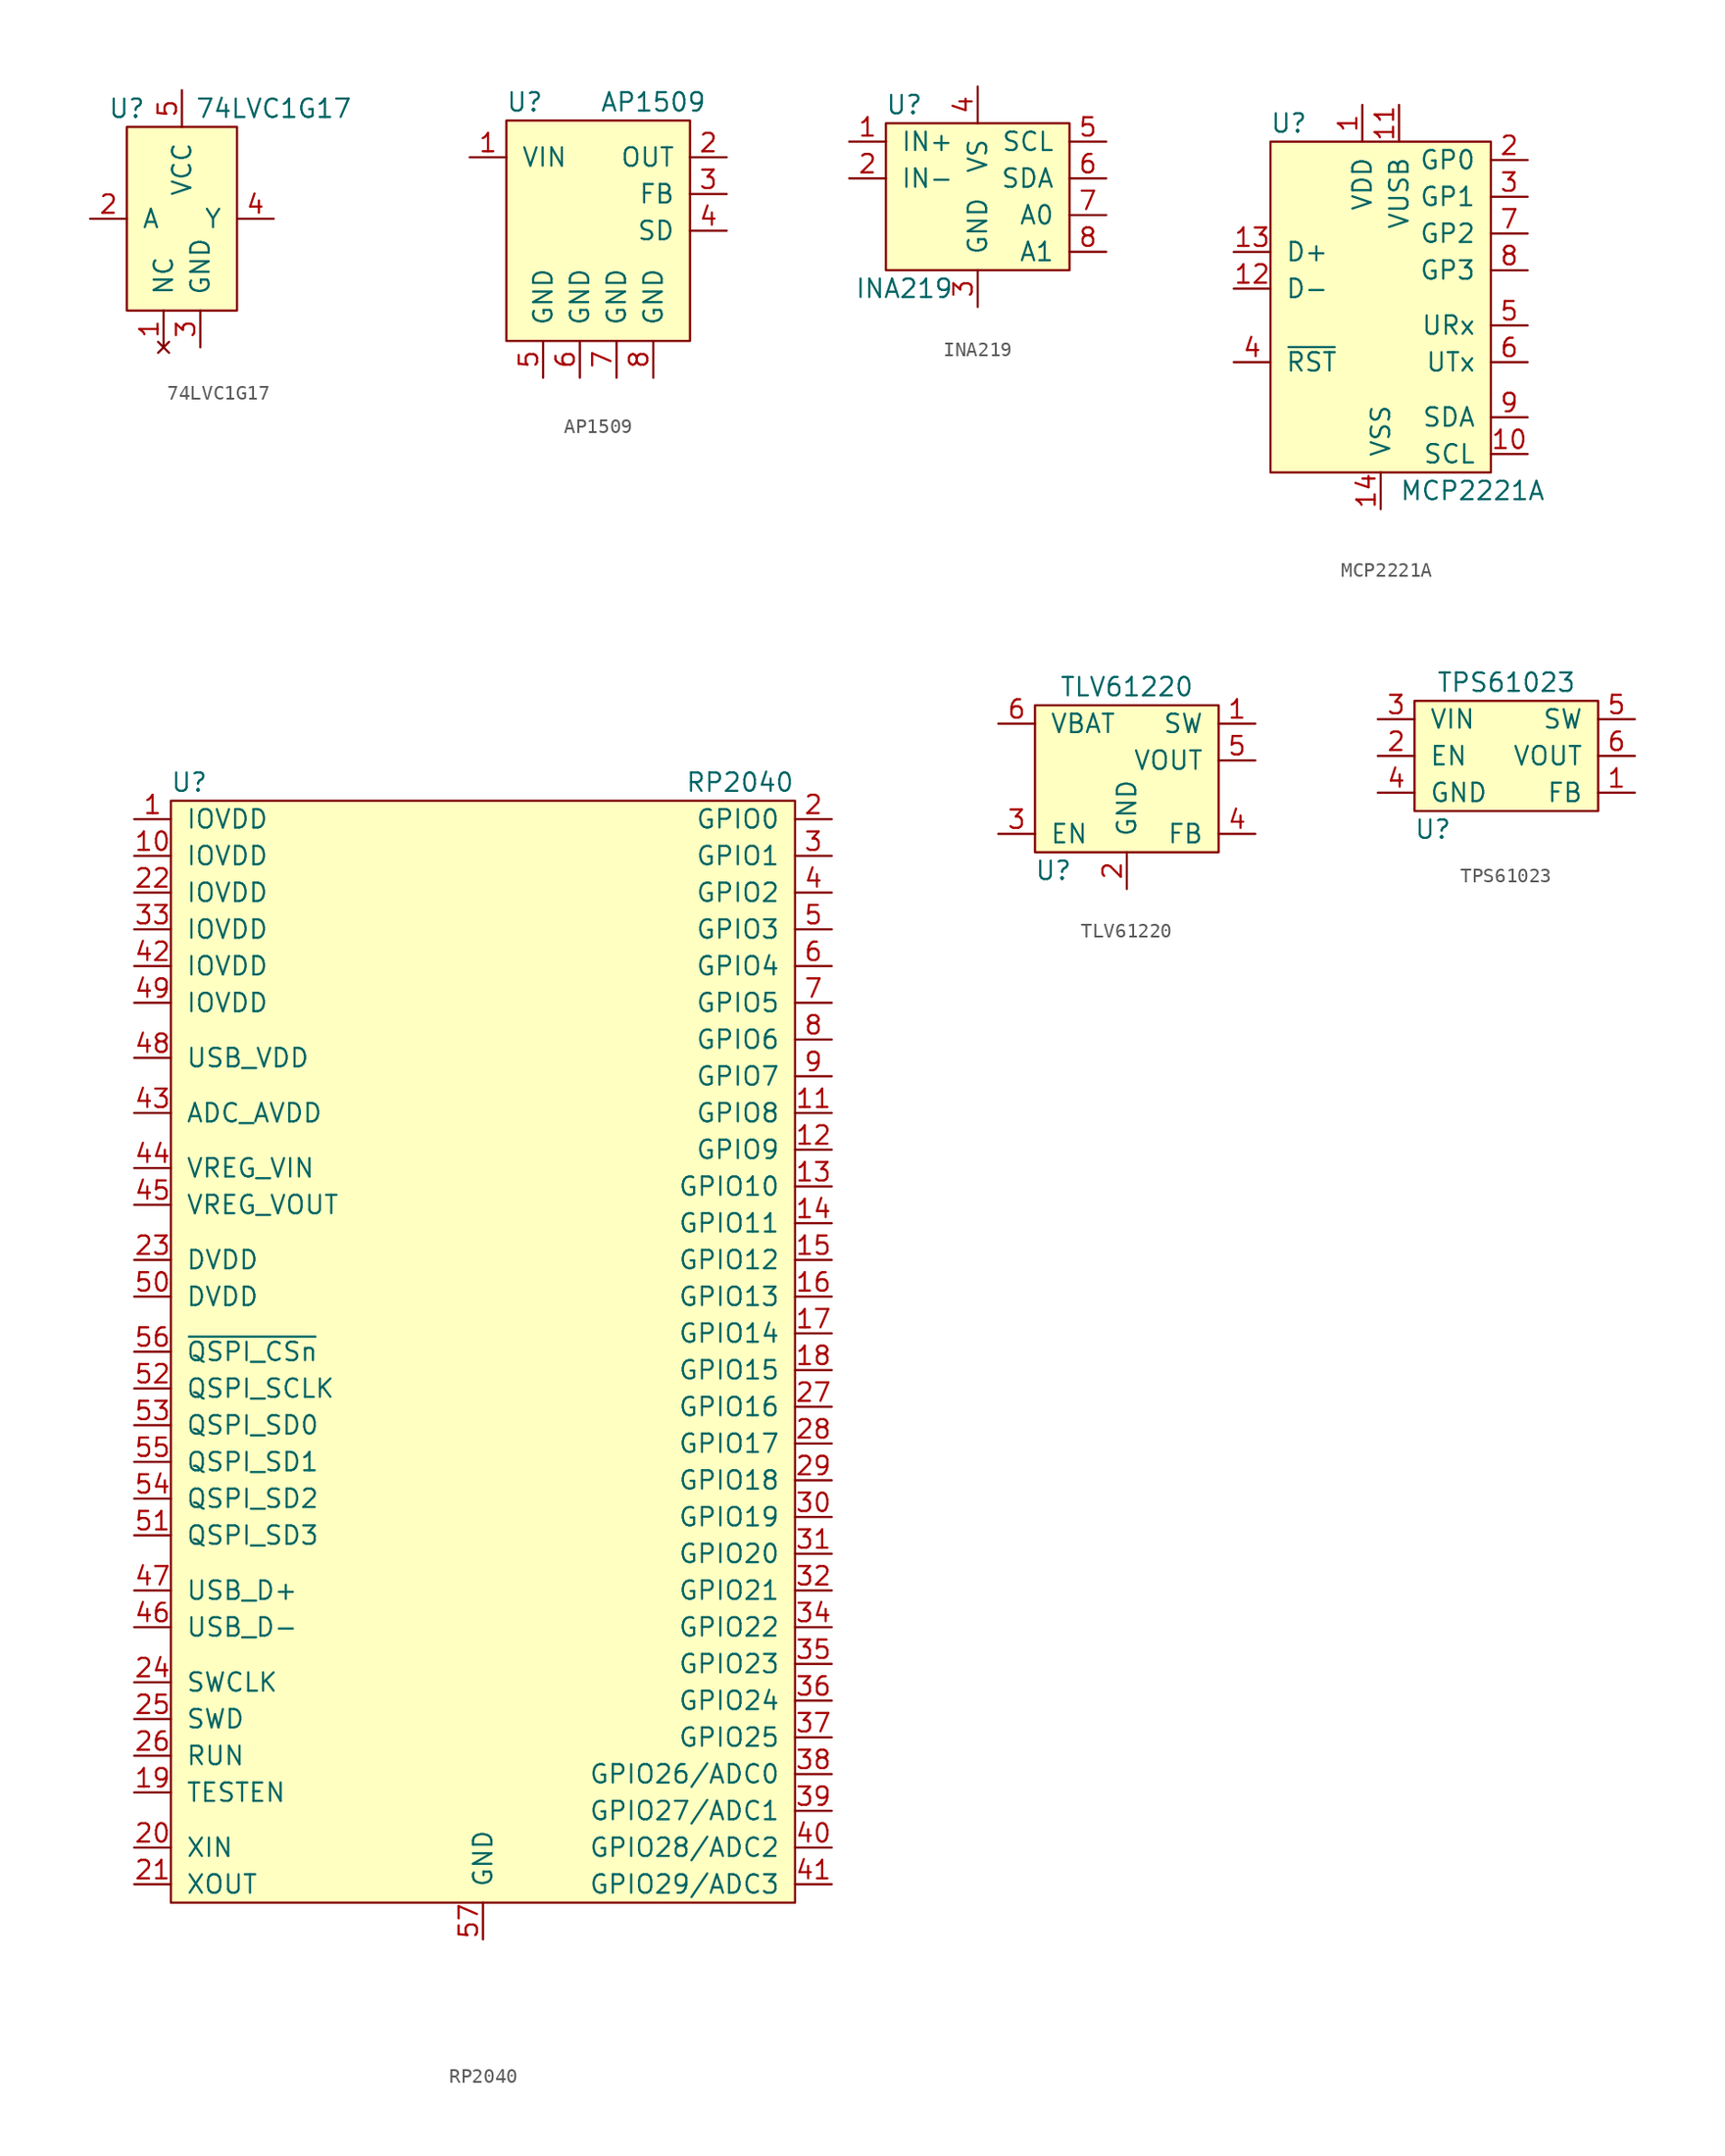
<source format=kicad_sym>
(kicad_symbol_lib
  (version 20231120)
  (generator "kicad_symbol_editor")
  (generator_version "8.0")
  (symbol "74LVC1G17"
    (pin_names
      (offset 1.016))
    (property "Reference" "U"
      (at -3.81 7.62 0)
      (effects (font (size 1.27 1.27))))
    (property "Value" "74LVC1G17"
      (at 6.35 7.62 0)
      (effects (font (size 1.27 1.27))))
    (symbol "74LVC1G17_0_1"
      (rectangle (start -3.81 6.35) (end 3.81 -6.35) (stroke (width 0) (type solid)) (fill (type background))))
    (symbol "74LVC1G17_1_1"
      (pin no_connect line (at -1.27 -8.89 90) (length 2.54) (name "NC" (effects (font (size 1.27 1.27)))) (number "1" (effects (font (size 1.27 1.27)))))
      (pin input line (at -6.35 0 0) (length 2.54) (name "A" (effects (font (size 1.27 1.27)))) (number "2" (effects (font (size 1.27 1.27)))))
      (pin power_in line (at 1.27 -8.89 90) (length 2.54) (name "GND" (effects (font (size 1.27 1.27)))) (number "3" (effects (font (size 1.27 1.27)))))
      (pin output line (at 6.35 0 180) (length 2.54) (name "Y" (effects (font (size 1.27 1.27)))) (number "4" (effects (font (size 1.27 1.27)))))
      (pin power_in line (at 0 8.89 270) (length 2.54) (name "VCC" (effects (font (size 1.27 1.27)))) (number "5" (effects (font (size 1.27 1.27)))))))
  (symbol "AP1509"
    (pin_names
      (offset 1.016))
    (property "Reference" "U"
      (at -5.08 6.35 0)
      (effects (font (size 1.27 1.27))))
    (property "Value" "AP1509"
      (at 3.81 6.35 0)
      (effects (font (size 1.27 1.27))))
    (symbol "AP1509_0_1"
      (rectangle (start -6.35 5.08) (end 6.35 -10.16) (stroke (width 0) (type solid)) (fill (type background))))
    (symbol "AP1509_1_1"
      (pin power_in line (at -8.89 2.54 0) (length 2.54) (name "VIN" (effects (font (size 1.27 1.27)))) (number "1" (effects (font (size 1.27 1.27)))))
      (pin power_out line (at 8.89 2.54 180) (length 2.54) (name "OUT" (effects (font (size 1.27 1.27)))) (number "2" (effects (font (size 1.27 1.27)))))
      (pin input line (at 8.89 0 180) (length 2.54) (name "FB" (effects (font (size 1.27 1.27)))) (number "3" (effects (font (size 1.27 1.27)))))
      (pin input line (at 8.89 -2.54 180) (length 2.54) (name "SD" (effects (font (size 1.27 1.27)))) (number "4" (effects (font (size 1.27 1.27)))))
      (pin power_in line (at -3.81 -12.7 90) (length 2.54) (name "GND" (effects (font (size 1.27 1.27)))) (number "5" (effects (font (size 1.27 1.27)))))
      (pin power_in line (at -1.27 -12.7 90) (length 2.54) (name "GND" (effects (font (size 1.27 1.27)))) (number "6" (effects (font (size 1.27 1.27)))))
      (pin power_in line (at 1.27 -12.7 90) (length 2.54) (name "GND" (effects (font (size 1.27 1.27)))) (number "7" (effects (font (size 1.27 1.27)))))
      (pin power_in line (at 3.81 -12.7 90) (length 2.54) (name "GND" (effects (font (size 1.27 1.27)))) (number "8" (effects (font (size 1.27 1.27)))))))
  (symbol "INA219"
    (pin_names
      (offset 1.016))
    (property "Reference" "U"
      (at -5.08 6.35 0)
      (effects (font (size 1.27 1.27))))
    (property "Value" "INA219"
      (at -5.08 -6.35 0)
      (effects (font (size 1.27 1.27))))
    (symbol "INA219_0_1"
      (rectangle (start -6.35 5.08) (end 6.35 -5.08) (stroke (width 0) (type solid)) (fill (type background))))
    (symbol "INA219_1_1"
      (pin input line (at -8.89 3.81 0) (length 2.54) (name "IN+" (effects (font (size 1.27 1.27)))) (number "1" (effects (font (size 1.27 1.27)))))
      (pin input line (at -8.89 1.27 0) (length 2.54) (name "IN-" (effects (font (size 1.27 1.27)))) (number "2" (effects (font (size 1.27 1.27)))))
      (pin power_in line (at 0 -7.62 90) (length 2.54) (name "GND" (effects (font (size 1.27 1.27)))) (number "3" (effects (font (size 1.27 1.27)))))
      (pin power_in line (at 0 7.62 270) (length 2.54) (name "VS" (effects (font (size 1.27 1.27)))) (number "4" (effects (font (size 1.27 1.27)))))
      (pin input line (at 8.89 3.81 180) (length 2.54) (name "SCL" (effects (font (size 1.27 1.27)))) (number "5" (effects (font (size 1.27 1.27)))))
      (pin bidirectional line (at 8.89 1.27 180) (length 2.54) (name "SDA" (effects (font (size 1.27 1.27)))) (number "6" (effects (font (size 1.27 1.27)))))
      (pin input line (at 8.89 -1.27 180) (length 2.54) (name "A0" (effects (font (size 1.27 1.27)))) (number "7" (effects (font (size 1.27 1.27)))))
      (pin input line (at 8.89 -3.81 180) (length 2.54) (name "A1" (effects (font (size 1.27 1.27)))) (number "8" (effects (font (size 1.27 1.27)))))))
  (symbol "MCP2221A"
    (pin_names
      (offset 1.016))
    (property "Reference" "U"
      (at -6.35 6.35 0)
      (effects (font (size 1.27 1.27))))
    (property "Value" "MCP2221A"
      (at 6.35 -19.05 0)
      (effects (font (size 1.27 1.27))))
    (symbol "MCP2221A_0_1"
      (rectangle (start -7.62 5.08) (end 7.62 -17.78) (stroke (width 0) (type solid)) (fill (type background))))
    (symbol "MCP2221A_1_1"
      (pin power_in line (at -1.27 7.62 270) (length 2.54) (name "VDD" (effects (font (size 1.27 1.27)))) (number "1" (effects (font (size 1.27 1.27)))))
      (pin bidirectional line (at 10.16 -16.51 180) (length 2.54) (name "SCL" (effects (font (size 1.27 1.27)))) (number "10" (effects (font (size 1.27 1.27)))))
      (pin power_in line (at 1.27 7.62 270) (length 2.54) (name "VUSB" (effects (font (size 1.27 1.27)))) (number "11" (effects (font (size 1.27 1.27)))))
      (pin bidirectional line (at -10.16 -5.08 0) (length 2.54) (name "D-" (effects (font (size 1.27 1.27)))) (number "12" (effects (font (size 1.27 1.27)))))
      (pin bidirectional line (at -10.16 -2.54 0) (length 2.54) (name "D+" (effects (font (size 1.27 1.27)))) (number "13" (effects (font (size 1.27 1.27)))))
      (pin power_in line (at 0 -20.32 90) (length 2.54) (name "VSS" (effects (font (size 1.27 1.27)))) (number "14" (effects (font (size 1.27 1.27)))))
      (pin bidirectional line (at 10.16 3.81 180) (length 2.54) (name "GP0" (effects (font (size 1.27 1.27)))) (number "2" (effects (font (size 1.27 1.27)))))
      (pin bidirectional line (at 10.16 1.27 180) (length 2.54) (name "GP1" (effects (font (size 1.27 1.27)))) (number "3" (effects (font (size 1.27 1.27)))))
      (pin input line (at -10.16 -10.16 0) (length 2.54) (name "~{RST}" (effects (font (size 1.27 1.27)))) (number "4" (effects (font (size 1.27 1.27)))))
      (pin input line (at 10.16 -7.62 180) (length 2.54) (name "URx" (effects (font (size 1.27 1.27)))) (number "5" (effects (font (size 1.27 1.27)))))
      (pin output line (at 10.16 -10.16 180) (length 2.54) (name "UTx" (effects (font (size 1.27 1.27)))) (number "6" (effects (font (size 1.27 1.27)))))
      (pin bidirectional line (at 10.16 -1.27 180) (length 2.54) (name "GP2" (effects (font (size 1.27 1.27)))) (number "7" (effects (font (size 1.27 1.27)))))
      (pin bidirectional line (at 10.16 -3.81 180) (length 2.54) (name "GP3" (effects (font (size 1.27 1.27)))) (number "8" (effects (font (size 1.27 1.27)))))
      (pin bidirectional line (at 10.16 -13.97 180) (length 2.54) (name "SDA" (effects (font (size 1.27 1.27)))) (number "9" (effects (font (size 1.27 1.27)))))))
  (symbol "RP2040"
    (pin_names
      (offset 1.016))
    (property "Reference" "U"
      (at -20.32 39.37 0)
      (effects (font (size 1.27 1.27))))
    (property "Value" "RP2040"
      (at 17.78 39.37 0)
      (effects (font (size 1.27 1.27))))
    (symbol "RP2040_0_1"
      (rectangle (start -21.59 38.1) (end 21.59 -38.1) (stroke (width 0) (type solid)) (fill (type background))))
    (symbol "RP2040_1_1"
      (pin power_in line (at -24.13 36.83 0) (length 2.54) (name "IOVDD" (effects (font (size 1.27 1.27)))) (number "1" (effects (font (size 1.27 1.27)))))
      (pin power_in line (at -24.13 34.29 0) (length 2.54) (name "IOVDD" (effects (font (size 1.27 1.27)))) (number "10" (effects (font (size 1.27 1.27)))))
      (pin bidirectional line (at 24.13 16.51 180) (length 2.54) (name "GPIO8" (effects (font (size 1.27 1.27)))) (number "11" (effects (font (size 1.27 1.27)))))
      (pin bidirectional line (at 24.13 13.97 180) (length 2.54) (name "GPIO9" (effects (font (size 1.27 1.27)))) (number "12" (effects (font (size 1.27 1.27)))))
      (pin bidirectional line (at 24.13 11.43 180) (length 2.54) (name "GPIO10" (effects (font (size 1.27 1.27)))) (number "13" (effects (font (size 1.27 1.27)))))
      (pin bidirectional line (at 24.13 8.89 180) (length 2.54) (name "GPIO11" (effects (font (size 1.27 1.27)))) (number "14" (effects (font (size 1.27 1.27)))))
      (pin bidirectional line (at 24.13 6.35 180) (length 2.54) (name "GPIO12" (effects (font (size 1.27 1.27)))) (number "15" (effects (font (size 1.27 1.27)))))
      (pin bidirectional line (at 24.13 3.81 180) (length 2.54) (name "GPIO13" (effects (font (size 1.27 1.27)))) (number "16" (effects (font (size 1.27 1.27)))))
      (pin bidirectional line (at 24.13 1.27 180) (length 2.54) (name "GPIO14" (effects (font (size 1.27 1.27)))) (number "17" (effects (font (size 1.27 1.27)))))
      (pin bidirectional line (at 24.13 -1.27 180) (length 2.54) (name "GPIO15" (effects (font (size 1.27 1.27)))) (number "18" (effects (font (size 1.27 1.27)))))
      (pin input line (at -24.13 -30.48 0) (length 2.54) (name "TESTEN" (effects (font (size 1.27 1.27)))) (number "19" (effects (font (size 1.27 1.27)))))
      (pin bidirectional line (at 24.13 36.83 180) (length 2.54) (name "GPIO0" (effects (font (size 1.27 1.27)))) (number "2" (effects (font (size 1.27 1.27)))))
      (pin input line (at -24.13 -34.29 0) (length 2.54) (name "XIN" (effects (font (size 1.27 1.27)))) (number "20" (effects (font (size 1.27 1.27)))))
      (pin output line (at -24.13 -36.83 0) (length 2.54) (name "XOUT" (effects (font (size 1.27 1.27)))) (number "21" (effects (font (size 1.27 1.27)))))
      (pin power_in line (at -24.13 31.75 0) (length 2.54) (name "IOVDD" (effects (font (size 1.27 1.27)))) (number "22" (effects (font (size 1.27 1.27)))))
      (pin power_in line (at -24.13 6.35 0) (length 2.54) (name "DVDD" (effects (font (size 1.27 1.27)))) (number "23" (effects (font (size 1.27 1.27)))))
      (pin input line (at -24.13 -22.86 0) (length 2.54) (name "SWCLK" (effects (font (size 1.27 1.27)))) (number "24" (effects (font (size 1.27 1.27)))))
      (pin bidirectional line (at -24.13 -25.4 0) (length 2.54) (name "SWD" (effects (font (size 1.27 1.27)))) (number "25" (effects (font (size 1.27 1.27)))))
      (pin input line (at -24.13 -27.94 0) (length 2.54) (name "RUN" (effects (font (size 1.27 1.27)))) (number "26" (effects (font (size 1.27 1.27)))))
      (pin bidirectional line (at 24.13 -3.81 180) (length 2.54) (name "GPIO16" (effects (font (size 1.27 1.27)))) (number "27" (effects (font (size 1.27 1.27)))))
      (pin bidirectional line (at 24.13 -6.35 180) (length 2.54) (name "GPIO17" (effects (font (size 1.27 1.27)))) (number "28" (effects (font (size 1.27 1.27)))))
      (pin bidirectional line (at 24.13 -8.89 180) (length 2.54) (name "GPIO18" (effects (font (size 1.27 1.27)))) (number "29" (effects (font (size 1.27 1.27)))))
      (pin bidirectional line (at 24.13 34.29 180) (length 2.54) (name "GPIO1" (effects (font (size 1.27 1.27)))) (number "3" (effects (font (size 1.27 1.27)))))
      (pin bidirectional line (at 24.13 -11.43 180) (length 2.54) (name "GPIO19" (effects (font (size 1.27 1.27)))) (number "30" (effects (font (size 1.27 1.27)))))
      (pin bidirectional line (at 24.13 -13.97 180) (length 2.54) (name "GPIO20" (effects (font (size 1.27 1.27)))) (number "31" (effects (font (size 1.27 1.27)))))
      (pin bidirectional line (at 24.13 -16.51 180) (length 2.54) (name "GPIO21" (effects (font (size 1.27 1.27)))) (number "32" (effects (font (size 1.27 1.27)))))
      (pin power_in line (at -24.13 29.21 0) (length 2.54) (name "IOVDD" (effects (font (size 1.27 1.27)))) (number "33" (effects (font (size 1.27 1.27)))))
      (pin bidirectional line (at 24.13 -19.05 180) (length 2.54) (name "GPIO22" (effects (font (size 1.27 1.27)))) (number "34" (effects (font (size 1.27 1.27)))))
      (pin bidirectional line (at 24.13 -21.59 180) (length 2.54) (name "GPIO23" (effects (font (size 1.27 1.27)))) (number "35" (effects (font (size 1.27 1.27)))))
      (pin bidirectional line (at 24.13 -24.13 180) (length 2.54) (name "GPIO24" (effects (font (size 1.27 1.27)))) (number "36" (effects (font (size 1.27 1.27)))))
      (pin bidirectional line (at 24.13 -26.67 180) (length 2.54) (name "GPIO25" (effects (font (size 1.27 1.27)))) (number "37" (effects (font (size 1.27 1.27)))))
      (pin bidirectional line (at 24.13 -29.21 180) (length 2.54) (name "GPIO26/ADC0" (effects (font (size 1.27 1.27)))) (number "38" (effects (font (size 1.27 1.27)))))
      (pin bidirectional line (at 24.13 -31.75 180) (length 2.54) (name "GPIO27/ADC1" (effects (font (size 1.27 1.27)))) (number "39" (effects (font (size 1.27 1.27)))))
      (pin bidirectional line (at 24.13 31.75 180) (length 2.54) (name "GPIO2" (effects (font (size 1.27 1.27)))) (number "4" (effects (font (size 1.27 1.27)))))
      (pin bidirectional line (at 24.13 -34.29 180) (length 2.54) (name "GPIO28/ADC2" (effects (font (size 1.27 1.27)))) (number "40" (effects (font (size 1.27 1.27)))))
      (pin bidirectional line (at 24.13 -36.83 180) (length 2.54) (name "GPIO29/ADC3" (effects (font (size 1.27 1.27)))) (number "41" (effects (font (size 1.27 1.27)))))
      (pin power_in line (at -24.13 26.67 0) (length 2.54) (name "IOVDD" (effects (font (size 1.27 1.27)))) (number "42" (effects (font (size 1.27 1.27)))))
      (pin power_in line (at -24.13 16.51 0) (length 2.54) (name "ADC_AVDD" (effects (font (size 1.27 1.27)))) (number "43" (effects (font (size 1.27 1.27)))))
      (pin power_in line (at -24.13 12.7 0) (length 2.54) (name "VREG_VIN" (effects (font (size 1.27 1.27)))) (number "44" (effects (font (size 1.27 1.27)))))
      (pin power_in line (at -24.13 10.16 0) (length 2.54) (name "VREG_VOUT" (effects (font (size 1.27 1.27)))) (number "45" (effects (font (size 1.27 1.27)))))
      (pin bidirectional line (at -24.13 -19.05 0) (length 2.54) (name "USB_D-" (effects (font (size 1.27 1.27)))) (number "46" (effects (font (size 1.27 1.27)))))
      (pin bidirectional line (at -24.13 -16.51 0) (length 2.54) (name "USB_D+" (effects (font (size 1.27 1.27)))) (number "47" (effects (font (size 1.27 1.27)))))
      (pin power_in line (at -24.13 20.32 0) (length 2.54) (name "USB_VDD" (effects (font (size 1.27 1.27)))) (number "48" (effects (font (size 1.27 1.27)))))
      (pin power_in line (at -24.13 24.13 0) (length 2.54) (name "IOVDD" (effects (font (size 1.27 1.27)))) (number "49" (effects (font (size 1.27 1.27)))))
      (pin bidirectional line (at 24.13 29.21 180) (length 2.54) (name "GPIO3" (effects (font (size 1.27 1.27)))) (number "5" (effects (font (size 1.27 1.27)))))
      (pin power_in line (at -24.13 3.81 0) (length 2.54) (name "DVDD" (effects (font (size 1.27 1.27)))) (number "50" (effects (font (size 1.27 1.27)))))
      (pin bidirectional line (at -24.13 -12.7 0) (length 2.54) (name "QSPI_SD3" (effects (font (size 1.27 1.27)))) (number "51" (effects (font (size 1.27 1.27)))))
      (pin bidirectional line (at -24.13 -2.54 0) (length 2.54) (name "QSPI_SCLK" (effects (font (size 1.27 1.27)))) (number "52" (effects (font (size 1.27 1.27)))))
      (pin bidirectional line (at -24.13 -5.08 0) (length 2.54) (name "QSPI_SD0" (effects (font (size 1.27 1.27)))) (number "53" (effects (font (size 1.27 1.27)))))
      (pin bidirectional line (at -24.13 -10.16 0) (length 2.54) (name "QSPI_SD2" (effects (font (size 1.27 1.27)))) (number "54" (effects (font (size 1.27 1.27)))))
      (pin bidirectional line (at -24.13 -7.62 0) (length 2.54) (name "QSPI_SD1" (effects (font (size 1.27 1.27)))) (number "55" (effects (font (size 1.27 1.27)))))
      (pin bidirectional line (at -24.13 0 0) (length 2.54) (name "~{QSPI_CSn}" (effects (font (size 1.27 1.27)))) (number "56" (effects (font (size 1.27 1.27)))))
      (pin power_in line (at 0 -40.64 90) (length 2.54) (name "GND" (effects (font (size 1.27 1.27)))) (number "57" (effects (font (size 1.27 1.27)))))
      (pin bidirectional line (at 24.13 26.67 180) (length 2.54) (name "GPIO4" (effects (font (size 1.27 1.27)))) (number "6" (effects (font (size 1.27 1.27)))))
      (pin bidirectional line (at 24.13 24.13 180) (length 2.54) (name "GPIO5" (effects (font (size 1.27 1.27)))) (number "7" (effects (font (size 1.27 1.27)))))
      (pin bidirectional line (at 24.13 21.59 180) (length 2.54) (name "GPIO6" (effects (font (size 1.27 1.27)))) (number "8" (effects (font (size 1.27 1.27)))))
      (pin bidirectional line (at 24.13 19.05 180) (length 2.54) (name "GPIO7" (effects (font (size 1.27 1.27)))) (number "9" (effects (font (size 1.27 1.27)))))))
  (symbol "TLV61220"
    (pin_names
      (offset 1.016))
    (property "Reference" "U"
      (at -5.08 -6.35 0)
      (effects (font (size 1.27 1.27))))
    (property "Value" "TLV61220"
      (at 0 6.35 0)
      (effects (font (size 1.27 1.27))))
    (symbol "TLV61220_0_1"
      (rectangle (start -6.35 5.08) (end 6.35 -5.08) (stroke (width 0) (type solid)) (fill (type background))))
    (symbol "TLV61220_1_1"
      (pin power_out line (at 8.89 3.81 180) (length 2.54) (name "SW" (effects (font (size 1.27 1.27)))) (number "1" (effects (font (size 1.27 1.27)))))
      (pin power_in line (at 0 -7.62 90) (length 2.54) (name "GND" (effects (font (size 1.27 1.27)))) (number "2" (effects (font (size 1.27 1.27)))))
      (pin input line (at -8.89 -3.81 0) (length 2.54) (name "EN" (effects (font (size 1.27 1.27)))) (number "3" (effects (font (size 1.27 1.27)))))
      (pin input line (at 8.89 -3.81 180) (length 2.54) (name "FB" (effects (font (size 1.27 1.27)))) (number "4" (effects (font (size 1.27 1.27)))))
      (pin power_out line (at 8.89 1.27 180) (length 2.54) (name "VOUT" (effects (font (size 1.27 1.27)))) (number "5" (effects (font (size 1.27 1.27)))))
      (pin power_in line (at -8.89 3.81 0) (length 2.54) (name "VBAT" (effects (font (size 1.27 1.27)))) (number "6" (effects (font (size 1.27 1.27)))))))
  (symbol "TPS61023"
    (pin_names
      (offset 1.016))
    (property "Reference" "U"
      (at -5.08 -5.08 0)
      (effects (font (size 1.27 1.27))))
    (property "Value" "TPS61023"
      (at 0 5.08 0)
      (effects (font (size 1.27 1.27))))
    (symbol "TPS61023_0_1"
      (rectangle (start -6.35 3.81) (end 6.35 -3.81) (stroke (width 0) (type solid)) (fill (type background))))
    (symbol "TPS61023_1_1"
      (pin bidirectional line (at 8.89 -2.54 180) (length 2.54) (name "FB" (effects (font (size 1.27 1.27)))) (number "1" (effects (font (size 1.27 1.27)))))
      (pin input line (at -8.89 0 0) (length 2.54) (name "EN" (effects (font (size 1.27 1.27)))) (number "2" (effects (font (size 1.27 1.27)))))
      (pin power_in line (at -8.89 2.54 0) (length 2.54) (name "VIN" (effects (font (size 1.27 1.27)))) (number "3" (effects (font (size 1.27 1.27)))))
      (pin power_in line (at -8.89 -2.54 0) (length 2.54) (name "GND" (effects (font (size 1.27 1.27)))) (number "4" (effects (font (size 1.27 1.27)))))
      (pin power_out line (at 8.89 2.54 180) (length 2.54) (name "SW" (effects (font (size 1.27 1.27)))) (number "5" (effects (font (size 1.27 1.27)))))
      (pin power_out line (at 8.89 0 180) (length 2.54) (name "VOUT" (effects (font (size 1.27 1.27)))) (number "6" (effects (font (size 1.27 1.27))))))))
</source>
